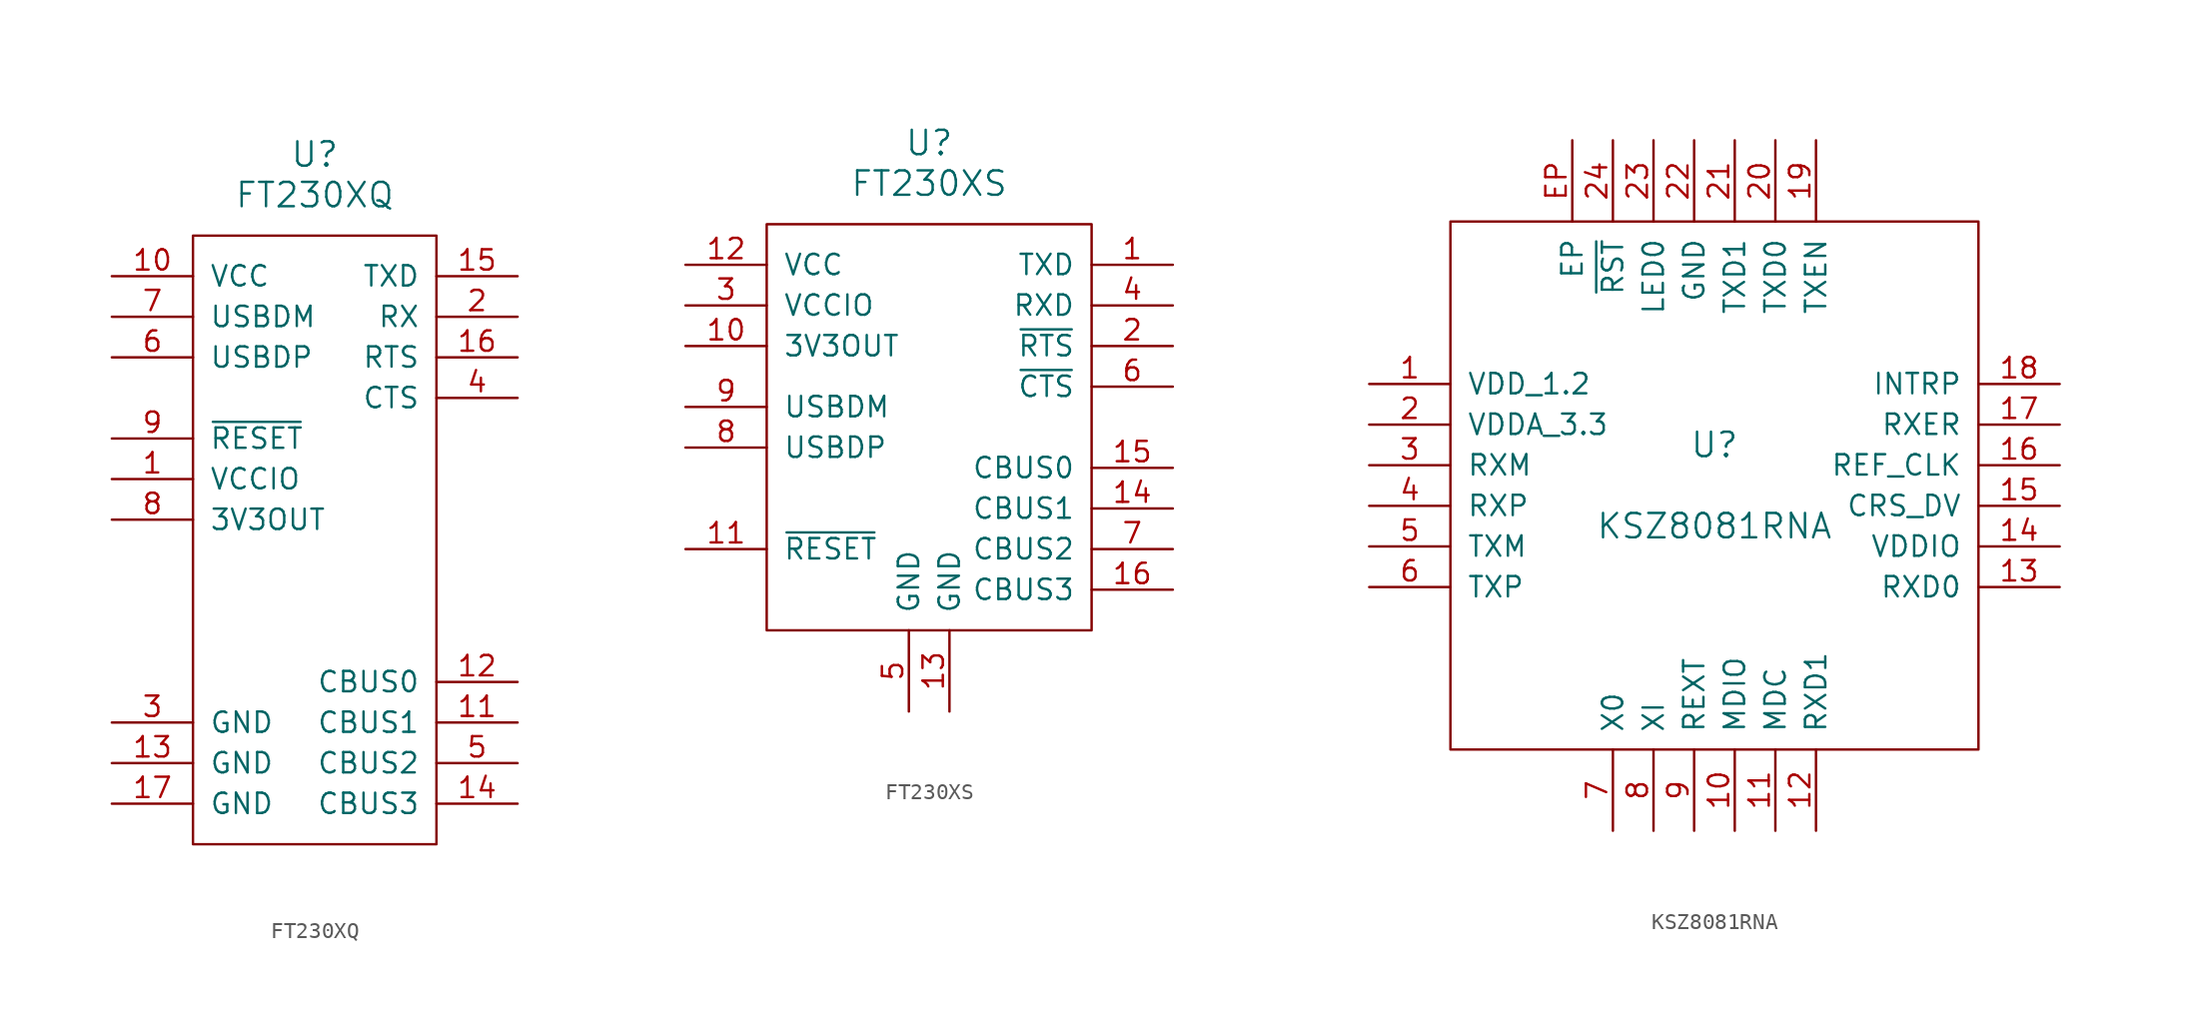
<source format=kicad_sym>
(kicad_symbol_lib
  (version 20201005)
  (generator kicad_symbol_editor)
  (symbol "FT230XQ"
    (pin_names
      (offset 1.016))
    (property "Reference" "U"
      (at 0 24.13 0)
      (effects (font (size 1.524 1.524))))
    (property "Value" "FT230XQ"
      (at 0 21.59 0)
      (effects (font (size 1.524 1.524))))
    (symbol "FT230XQ_0_1"
      (rectangle (start -7.62 19.05) (end 7.62 -19.05) (stroke (width 0)) (fill (type none))))
    (symbol "FT230XQ_1_1"
      (pin power_in line (at -12.7 3.81 0) (length 5.08) (name "VCCIO" (effects (font (size 1.27 1.27)))) (number "1" (effects (font (size 1.27 1.27)))))
      (pin power_in line (at -12.7 16.51 0) (length 5.08) (name "VCC" (effects (font (size 1.27 1.27)))) (number "10" (effects (font (size 1.27 1.27)))))
      (pin bidirectional line (at 12.7 -11.43 180) (length 5.08) (name "CBUS1" (effects (font (size 1.27 1.27)))) (number "11" (effects (font (size 1.27 1.27)))))
      (pin bidirectional line (at 12.7 -8.89 180) (length 5.08) (name "CBUS0" (effects (font (size 1.27 1.27)))) (number "12" (effects (font (size 1.27 1.27)))))
      (pin power_in line (at -12.7 -13.97 0) (length 5.08) (name "GND" (effects (font (size 1.27 1.27)))) (number "13" (effects (font (size 1.27 1.27)))))
      (pin bidirectional line (at 12.7 -16.51 180) (length 5.08) (name "CBUS3" (effects (font (size 1.27 1.27)))) (number "14" (effects (font (size 1.27 1.27)))))
      (pin output line (at 12.7 16.51 180) (length 5.08) (name "TXD" (effects (font (size 1.27 1.27)))) (number "15" (effects (font (size 1.27 1.27)))))
      (pin output line (at 12.7 11.43 180) (length 5.08) (name "RTS" (effects (font (size 1.27 1.27)))) (number "16" (effects (font (size 1.27 1.27)))))
      (pin power_in line (at -12.7 -16.51 0) (length 5.08) (name "GND" (effects (font (size 1.27 1.27)))) (number "17" (effects (font (size 1.27 1.27)))))
      (pin input line (at 12.7 13.97 180) (length 5.08) (name "RX" (effects (font (size 1.27 1.27)))) (number "2" (effects (font (size 1.27 1.27)))))
      (pin power_in line (at -12.7 -11.43 0) (length 5.08) (name "GND" (effects (font (size 1.27 1.27)))) (number "3" (effects (font (size 1.27 1.27)))))
      (pin input line (at 12.7 8.89 180) (length 5.08) (name "CTS" (effects (font (size 1.27 1.27)))) (number "4" (effects (font (size 1.27 1.27)))))
      (pin bidirectional line (at 12.7 -13.97 180) (length 5.08) (name "CBUS2" (effects (font (size 1.27 1.27)))) (number "5" (effects (font (size 1.27 1.27)))))
      (pin bidirectional line (at -12.7 11.43 0) (length 5.08) (name "USBDP" (effects (font (size 1.27 1.27)))) (number "6" (effects (font (size 1.27 1.27)))))
      (pin bidirectional line (at -12.7 13.97 0) (length 5.08) (name "USBDM" (effects (font (size 1.27 1.27)))) (number "7" (effects (font (size 1.27 1.27)))))
      (pin power_out line (at -12.7 1.27 0) (length 5.08) (name "3V3OUT" (effects (font (size 1.27 1.27)))) (number "8" (effects (font (size 1.27 1.27)))))
      (pin input line (at -12.7 6.35 0) (length 5.08) (name "~RESET" (effects (font (size 1.27 1.27)))) (number "9" (effects (font (size 1.27 1.27)))))))
  (symbol "FT230XS"
    (pin_names
      (offset 1.016))
    (property "Reference" "U"
      (at 0 17.78 0)
      (effects (font (size 1.524 1.524))))
    (property "Value" "FT230XS"
      (at 0 15.24 0)
      (effects (font (size 1.524 1.524))))
    (symbol "FT230XS_0_1"
      (rectangle (start 10.16 12.7) (end -10.16 -12.7) (stroke (width 0)) (fill (type none))))
    (symbol "FT230XS_1_1"
      (pin output line (at 15.24 10.16 180) (length 5.08) (name "TXD" (effects (font (size 1.27 1.27)))) (number "1" (effects (font (size 1.27 1.27)))))
      (pin power_out line (at -15.24 5.08 0) (length 5.08) (name "3V3OUT" (effects (font (size 1.27 1.27)))) (number "10" (effects (font (size 1.27 1.27)))))
      (pin input line (at -15.24 -7.62 0) (length 5.08) (name "~RESET" (effects (font (size 1.27 1.27)))) (number "11" (effects (font (size 1.27 1.27)))))
      (pin power_in line (at -15.24 10.16 0) (length 5.08) (name "VCC" (effects (font (size 1.27 1.27)))) (number "12" (effects (font (size 1.27 1.27)))))
      (pin power_in line (at 1.27 -17.78 90) (length 5.08) (name "GND" (effects (font (size 1.27 1.27)))) (number "13" (effects (font (size 1.27 1.27)))))
      (pin unspecified line (at 15.24 -5.08 180) (length 5.08) (name "CBUS1" (effects (font (size 1.27 1.27)))) (number "14" (effects (font (size 1.27 1.27)))))
      (pin unspecified line (at 15.24 -2.54 180) (length 5.08) (name "CBUS0" (effects (font (size 1.27 1.27)))) (number "15" (effects (font (size 1.27 1.27)))))
      (pin unspecified line (at 15.24 -10.16 180) (length 5.08) (name "CBUS3" (effects (font (size 1.27 1.27)))) (number "16" (effects (font (size 1.27 1.27)))))
      (pin input line (at 15.24 5.08 180) (length 5.08) (name "~RTS" (effects (font (size 1.27 1.27)))) (number "2" (effects (font (size 1.27 1.27)))))
      (pin power_in line (at -15.24 7.62 0) (length 5.08) (name "VCCIO" (effects (font (size 1.27 1.27)))) (number "3" (effects (font (size 1.27 1.27)))))
      (pin input line (at 15.24 7.62 180) (length 5.08) (name "RXD" (effects (font (size 1.27 1.27)))) (number "4" (effects (font (size 1.27 1.27)))))
      (pin power_in line (at -1.27 -17.78 90) (length 5.08) (name "GND" (effects (font (size 1.27 1.27)))) (number "5" (effects (font (size 1.27 1.27)))))
      (pin output line (at 15.24 2.54 180) (length 5.08) (name "~CTS" (effects (font (size 1.27 1.27)))) (number "6" (effects (font (size 1.27 1.27)))))
      (pin unspecified line (at 15.24 -7.62 180) (length 5.08) (name "CBUS2" (effects (font (size 1.27 1.27)))) (number "7" (effects (font (size 1.27 1.27)))))
      (pin input line (at -15.24 -1.27 0) (length 5.08) (name "USBDP" (effects (font (size 1.27 1.27)))) (number "8" (effects (font (size 1.27 1.27)))))
      (pin input line (at -15.24 1.27 0) (length 5.08) (name "USBDM" (effects (font (size 1.27 1.27)))) (number "9" (effects (font (size 1.27 1.27)))))))
  (symbol "KSZ8081RNA"
    (pin_names
      (offset 1.016))
    (property "Reference" "U"
      (at 0 2.54 0)
      (effects (font (size 1.524 1.524))))
    (property "Value" "KSZ8081RNA"
      (at 0 -2.54 0)
      (effects (font (size 1.524 1.524))))
    (symbol "KSZ8081RNA_0_1"
      (rectangle (start -16.51 16.51) (end 16.51 -16.51) (stroke (width 0)) (fill (type none))))
    (symbol "KSZ8081RNA_1_1"
      (pin power_in line (at -21.59 6.35 0) (length 5.08) (name "VDD_1.2" (effects (font (size 1.27 1.27)))) (number "1" (effects (font (size 1.27 1.27)))))
      (pin bidirectional line (at 1.27 -21.59 90) (length 5.08) (name "MDIO" (effects (font (size 1.27 1.27)))) (number "10" (effects (font (size 1.27 1.27)))))
      (pin input line (at 3.81 -21.59 90) (length 5.08) (name "MDC" (effects (font (size 1.27 1.27)))) (number "11" (effects (font (size 1.27 1.27)))))
      (pin input line (at 6.35 -21.59 90) (length 5.08) (name "RXD1" (effects (font (size 1.27 1.27)))) (number "12" (effects (font (size 1.27 1.27)))))
      (pin input line (at 21.59 -6.35 180) (length 5.08) (name "RXD0" (effects (font (size 1.27 1.27)))) (number "13" (effects (font (size 1.27 1.27)))))
      (pin power_in line (at 21.59 -3.81 180) (length 5.08) (name "VDDIO" (effects (font (size 1.27 1.27)))) (number "14" (effects (font (size 1.27 1.27)))))
      (pin bidirectional line (at 21.59 -1.27 180) (length 5.08) (name "CRS_DV" (effects (font (size 1.27 1.27)))) (number "15" (effects (font (size 1.27 1.27)))))
      (pin bidirectional line (at 21.59 1.27 180) (length 5.08) (name "REF_CLK" (effects (font (size 1.27 1.27)))) (number "16" (effects (font (size 1.27 1.27)))))
      (pin input line (at 21.59 3.81 180) (length 5.08) (name "RXER" (effects (font (size 1.27 1.27)))) (number "17" (effects (font (size 1.27 1.27)))))
      (pin bidirectional line (at 21.59 6.35 180) (length 5.08) (name "INTRP" (effects (font (size 1.27 1.27)))) (number "18" (effects (font (size 1.27 1.27)))))
      (pin output line (at 6.35 21.59 270) (length 5.08) (name "TXEN" (effects (font (size 1.27 1.27)))) (number "19" (effects (font (size 1.27 1.27)))))
      (pin power_in line (at -21.59 3.81 0) (length 5.08) (name "VDDA_3.3" (effects (font (size 1.27 1.27)))) (number "2" (effects (font (size 1.27 1.27)))))
      (pin output line (at 3.81 21.59 270) (length 5.08) (name "TXD0" (effects (font (size 1.27 1.27)))) (number "20" (effects (font (size 1.27 1.27)))))
      (pin output line (at 1.27 21.59 270) (length 5.08) (name "TXD1" (effects (font (size 1.27 1.27)))) (number "21" (effects (font (size 1.27 1.27)))))
      (pin power_in line (at -1.27 21.59 270) (length 5.08) (name "GND" (effects (font (size 1.27 1.27)))) (number "22" (effects (font (size 1.27 1.27)))))
      (pin output line (at -3.81 21.59 270) (length 5.08) (name "LED0" (effects (font (size 1.27 1.27)))) (number "23" (effects (font (size 1.27 1.27)))))
      (pin input line (at -6.35 21.59 270) (length 5.08) (name "~RST" (effects (font (size 1.27 1.27)))) (number "24" (effects (font (size 1.27 1.27)))))
      (pin bidirectional line (at -21.59 1.27 0) (length 5.08) (name "RXM" (effects (font (size 1.27 1.27)))) (number "3" (effects (font (size 1.27 1.27)))))
      (pin bidirectional line (at -21.59 -1.27 0) (length 5.08) (name "RXP" (effects (font (size 1.27 1.27)))) (number "4" (effects (font (size 1.27 1.27)))))
      (pin bidirectional line (at -21.59 -3.81 0) (length 5.08) (name "TXM" (effects (font (size 1.27 1.27)))) (number "5" (effects (font (size 1.27 1.27)))))
      (pin bidirectional line (at -21.59 -6.35 0) (length 5.08) (name "TXP" (effects (font (size 1.27 1.27)))) (number "6" (effects (font (size 1.27 1.27)))))
      (pin output line (at -6.35 -21.59 90) (length 5.08) (name "X0" (effects (font (size 1.27 1.27)))) (number "7" (effects (font (size 1.27 1.27)))))
      (pin input line (at -3.81 -21.59 90) (length 5.08) (name "XI" (effects (font (size 1.27 1.27)))) (number "8" (effects (font (size 1.27 1.27)))))
      (pin input line (at -1.27 -21.59 90) (length 5.08) (name "REXT" (effects (font (size 1.27 1.27)))) (number "9" (effects (font (size 1.27 1.27)))))
      (pin power_in line (at -8.89 21.59 270) (length 5.08) (name "EP" (effects (font (size 1.27 1.27)))) (number "EP" (effects (font (size 1.27 1.27))))))))
</source>
